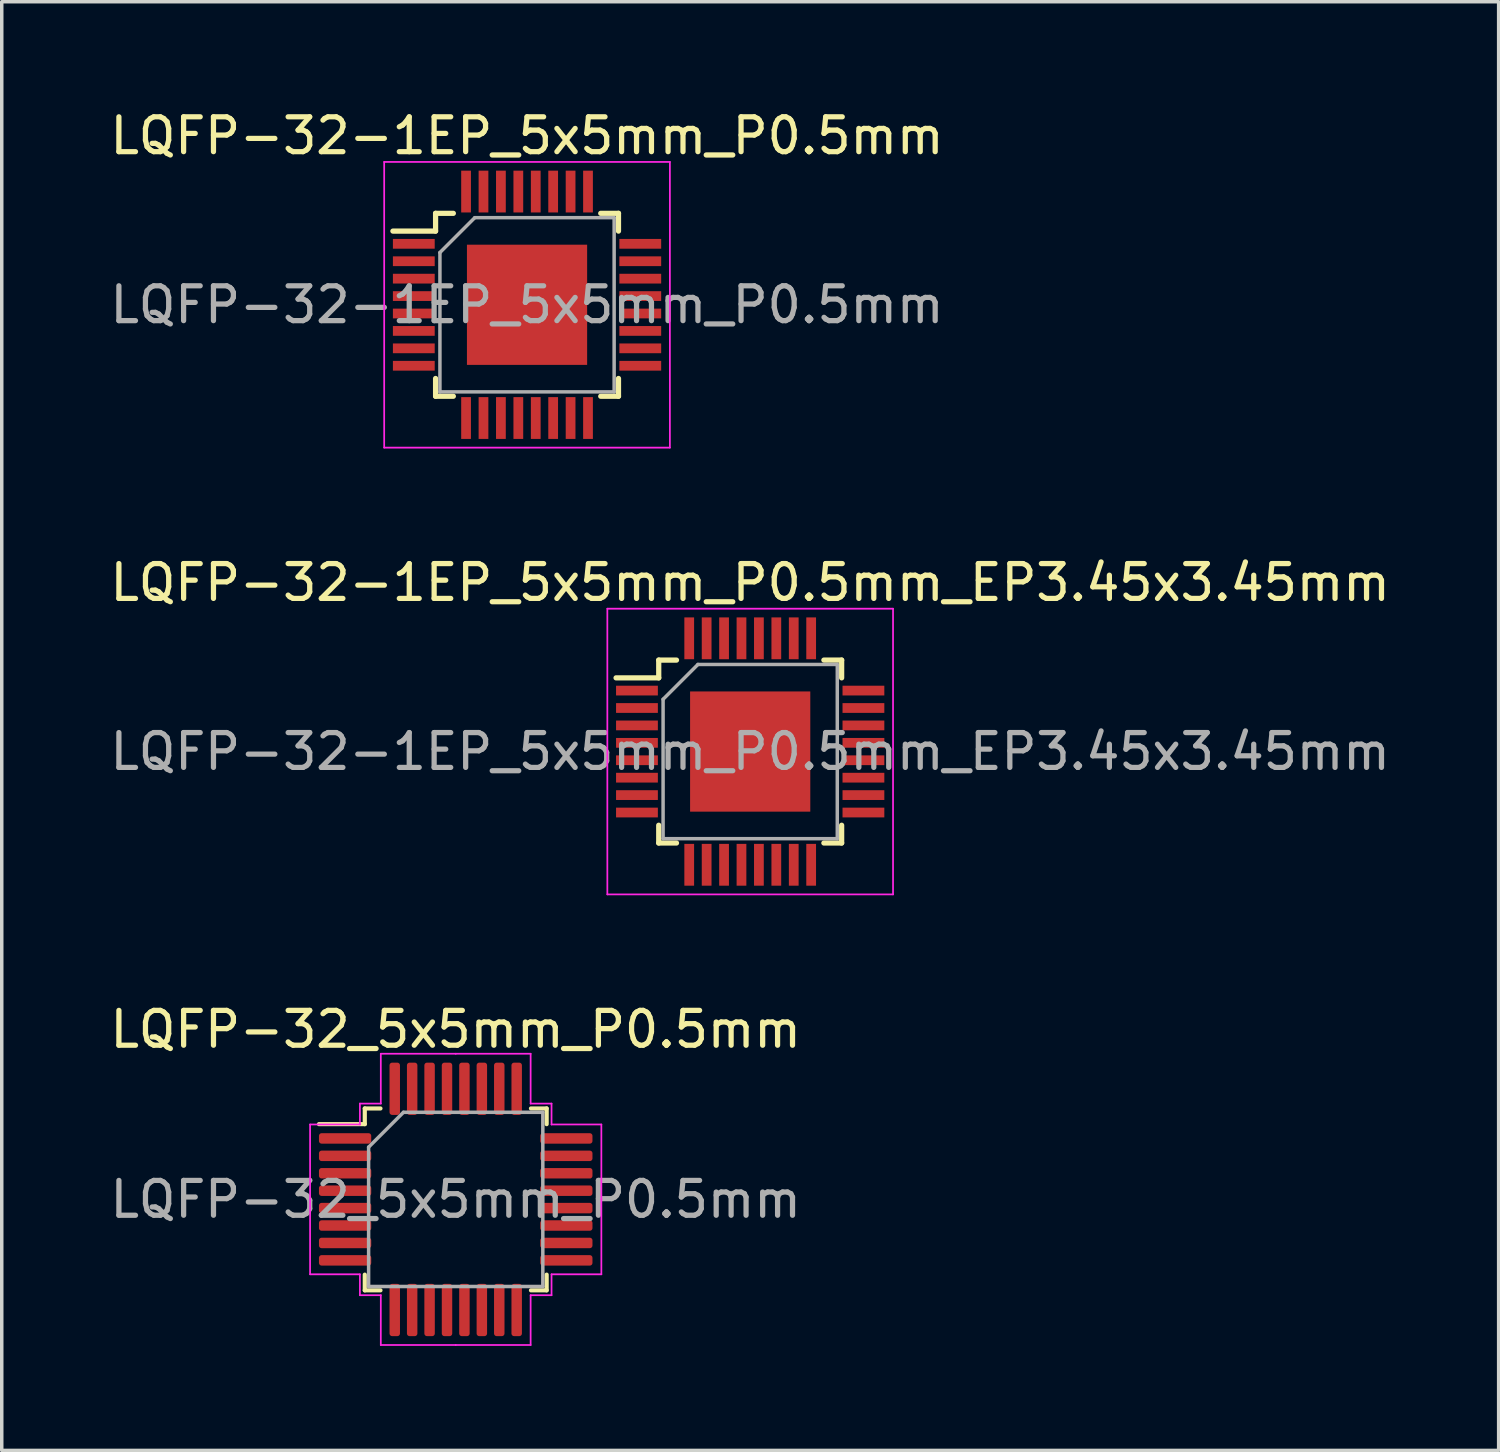
<source format=kicad_pcb>
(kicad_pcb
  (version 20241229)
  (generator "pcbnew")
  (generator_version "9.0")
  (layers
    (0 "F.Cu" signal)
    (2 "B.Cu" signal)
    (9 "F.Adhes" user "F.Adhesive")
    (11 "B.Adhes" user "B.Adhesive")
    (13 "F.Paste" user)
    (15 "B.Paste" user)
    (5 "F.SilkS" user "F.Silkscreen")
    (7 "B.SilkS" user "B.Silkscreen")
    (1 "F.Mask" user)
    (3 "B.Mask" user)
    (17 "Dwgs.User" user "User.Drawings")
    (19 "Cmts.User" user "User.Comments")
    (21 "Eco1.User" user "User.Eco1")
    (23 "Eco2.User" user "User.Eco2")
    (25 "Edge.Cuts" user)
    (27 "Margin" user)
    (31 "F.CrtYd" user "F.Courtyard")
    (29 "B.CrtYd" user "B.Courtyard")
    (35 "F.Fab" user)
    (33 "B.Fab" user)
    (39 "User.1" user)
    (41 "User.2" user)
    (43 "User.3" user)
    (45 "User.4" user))
  (footprint "LQFP-32-1EP_5x5mm_P0.5mm_EP3.45x3.45mm"
    (layer "F.Cu")
    (at 18.482 18.521)
    (property "Reference" "LQFP-32-1EP_5x5mm_P0.5mm_EP3.45x3.45mm" (at 0 -4.85 0) (layer "F.SilkS") (effects (font (size 1 1) (thickness 0.15))))
    (attr smd)
    (fp_line (start -2.625 -2.625) (end -2.625 -2.115) (stroke (width 0.15) (type solid)) (layer "F.SilkS"))
    (fp_line (start -2.625 -2.625) (end -2.115 -2.625) (stroke (width 0.15) (type solid)) (layer "F.SilkS"))
    (fp_line (start -2.625 -2.115) (end -3.85 -2.115) (stroke (width 0.15) (type solid)) (layer "F.SilkS"))
    (fp_line (start -2.625 2.625) (end -2.625 2.115) (stroke (width 0.15) (type solid)) (layer "F.SilkS"))
    (fp_line (start -2.625 2.625) (end -2.115 2.625) (stroke (width 0.15) (type solid)) (layer "F.SilkS"))
    (fp_line (start 2.625 -2.625) (end 2.115 -2.625) (stroke (width 0.15) (type solid)) (layer "F.SilkS"))
    (fp_line (start 2.625 -2.625) (end 2.625 -2.115) (stroke (width 0.15) (type solid)) (layer "F.SilkS"))
    (fp_line (start 2.625 2.625) (end 2.115 2.625) (stroke (width 0.15) (type solid)) (layer "F.SilkS"))
    (fp_line (start 2.625 2.625) (end 2.625 2.115) (stroke (width 0.15) (type solid)) (layer "F.SilkS"))
    (fp_line (start -4.1 -4.1) (end -4.1 4.1) (stroke (width 0.05) (type solid)) (layer "F.CrtYd"))
    (fp_line (start -4.1 -4.1) (end 4.1 -4.1) (stroke (width 0.05) (type solid)) (layer "F.CrtYd"))
    (fp_line (start -4.1 4.1) (end 4.1 4.1) (stroke (width 0.05) (type solid)) (layer "F.CrtYd"))
    (fp_line (start 4.1 -4.1) (end 4.1 4.1) (stroke (width 0.05) (type solid)) (layer "F.CrtYd"))
    (fp_line (start -2.5 -1.5) (end -1.5 -2.5) (stroke (width 0.1) (type solid)) (layer "F.Fab"))
    (fp_line (start -2.5 2.5) (end -2.5 -1.5) (stroke (width 0.1) (type solid)) (layer "F.Fab"))
    (fp_line (start -1.5 -2.5) (end 2.5 -2.5) (stroke (width 0.1) (type solid)) (layer "F.Fab"))
    (fp_line (start 2.5 -2.5) (end 2.5 2.5) (stroke (width 0.1) (type solid)) (layer "F.Fab"))
    (fp_line (start 2.5 2.5) (end -2.5 2.5) (stroke (width 0.1) (type solid)) (layer "F.Fab"))
    (fp_text user "${REFERENCE}" (at 0 0 0) (layer "F.Fab") (effects (font (size 1 1) (thickness 0.15))))
    (pad "" smd rect (at -0.87 -0.87) (size 1.34 1.34) (layers "F.Paste"))
    (pad "" smd rect (at -0.87 0.87) (size 1.34 1.34) (layers "F.Paste"))
    (pad "" smd rect (at 0.87 -0.87) (size 1.34 1.34) (layers "F.Paste"))
    (pad "" smd rect (at 0.87 0.87) (size 1.34 1.34) (layers "F.Paste"))
    (pad "1" smd rect (at -3.25 -1.75) (size 1.2 0.28) (layers "F.Cu" "F.Mask" "F.Paste"))
    (pad "2" smd rect (at -3.25 -1.25) (size 1.2 0.28) (layers "F.Cu" "F.Mask" "F.Paste"))
    (pad "3" smd rect (at -3.25 -0.75) (size 1.2 0.28) (layers "F.Cu" "F.Mask" "F.Paste"))
    (pad "4" smd rect (at -3.25 -0.25) (size 1.2 0.28) (layers "F.Cu" "F.Mask" "F.Paste"))
    (pad "5" smd rect (at -3.25 0.25) (size 1.2 0.28) (layers "F.Cu" "F.Mask" "F.Paste"))
    (pad "6" smd rect (at -3.25 0.75) (size 1.2 0.28) (layers "F.Cu" "F.Mask" "F.Paste"))
    (pad "7" smd rect (at -3.25 1.25) (size 1.2 0.28) (layers "F.Cu" "F.Mask" "F.Paste"))
    (pad "8" smd rect (at -3.25 1.75) (size 1.2 0.28) (layers "F.Cu" "F.Mask" "F.Paste"))
    (pad "9" smd rect (at -1.75 3.25 90) (size 1.2 0.28) (layers "F.Cu" "F.Mask" "F.Paste"))
    (pad "10" smd rect (at -1.25 3.25 90) (size 1.2 0.28) (layers "F.Cu" "F.Mask" "F.Paste"))
    (pad "11" smd rect (at -0.75 3.25 90) (size 1.2 0.28) (layers "F.Cu" "F.Mask" "F.Paste"))
    (pad "12" smd rect (at -0.25 3.25 90) (size 1.2 0.28) (layers "F.Cu" "F.Mask" "F.Paste"))
    (pad "13" smd rect (at 0.25 3.25 90) (size 1.2 0.28) (layers "F.Cu" "F.Mask" "F.Paste"))
    (pad "14" smd rect (at 0.75 3.25 90) (size 1.2 0.28) (layers "F.Cu" "F.Mask" "F.Paste"))
    (pad "15" smd rect (at 1.25 3.25 90) (size 1.2 0.28) (layers "F.Cu" "F.Mask" "F.Paste"))
    (pad "16" smd rect (at 1.75 3.25 90) (size 1.2 0.28) (layers "F.Cu" "F.Mask" "F.Paste"))
    (pad "17" smd rect (at 3.25 1.75) (size 1.2 0.28) (layers "F.Cu" "F.Mask" "F.Paste"))
    (pad "18" smd rect (at 3.25 1.25) (size 1.2 0.28) (layers "F.Cu" "F.Mask" "F.Paste"))
    (pad "19" smd rect (at 3.25 0.75) (size 1.2 0.28) (layers "F.Cu" "F.Mask" "F.Paste"))
    (pad "20" smd rect (at 3.25 0.25) (size 1.2 0.28) (layers "F.Cu" "F.Mask" "F.Paste"))
    (pad "21" smd rect (at 3.25 -0.25) (size 1.2 0.28) (layers "F.Cu" "F.Mask" "F.Paste"))
    (pad "22" smd rect (at 3.25 -0.75) (size 1.2 0.28) (layers "F.Cu" "F.Mask" "F.Paste"))
    (pad "23" smd rect (at 3.25 -1.25) (size 1.2 0.28) (layers "F.Cu" "F.Mask" "F.Paste"))
    (pad "24" smd rect (at 3.25 -1.75) (size 1.2 0.28) (layers "F.Cu" "F.Mask" "F.Paste"))
    (pad "25" smd rect (at 1.75 -3.25 90) (size 1.2 0.28) (layers "F.Cu" "F.Mask" "F.Paste"))
    (pad "26" smd rect (at 1.25 -3.25 90) (size 1.2 0.28) (layers "F.Cu" "F.Mask" "F.Paste"))
    (pad "27" smd rect (at 0.75 -3.25 90) (size 1.2 0.28) (layers "F.Cu" "F.Mask" "F.Paste"))
    (pad "28" smd rect (at 0.25 -3.25 90) (size 1.2 0.28) (layers "F.Cu" "F.Mask" "F.Paste"))
    (pad "29" smd rect (at -0.25 -3.25 90) (size 1.2 0.28) (layers "F.Cu" "F.Mask" "F.Paste"))
    (pad "30" smd rect (at -0.75 -3.25 90) (size 1.2 0.28) (layers "F.Cu" "F.Mask" "F.Paste"))
    (pad "31" smd rect (at -1.25 -3.25 90) (size 1.2 0.28) (layers "F.Cu" "F.Mask" "F.Paste"))
    (pad "32" smd rect (at -1.75 -3.25 90) (size 1.2 0.28) (layers "F.Cu" "F.Mask" "F.Paste"))
    (pad "33" smd rect (at 0 0) (size 3.45 3.45) (layers "F.Cu" "F.Mask")))
  (footprint "LQFP-32_5x5mm_P0.5mm"
    (layer "F.Cu")
    (at 10.03 31.375)
    (property "Reference" "LQFP-32_5x5mm_P0.5mm" (at 0 -4.88 0) (layer "F.SilkS") (effects (font (size 1 1) (thickness 0.15))))
    (attr smd)
    (fp_line (start -2.61 -2.61) (end -2.61 -2.16) (stroke (width 0.12) (type solid)) (layer "F.SilkS"))
    (fp_line (start -2.61 -2.16) (end -3.925 -2.16) (stroke (width 0.12) (type solid)) (layer "F.SilkS"))
    (fp_line (start -2.61 2.61) (end -2.61 2.16) (stroke (width 0.12) (type solid)) (layer "F.SilkS"))
    (fp_line (start -2.16 -2.61) (end -2.61 -2.61) (stroke (width 0.12) (type solid)) (layer "F.SilkS"))
    (fp_line (start -2.16 2.61) (end -2.61 2.61) (stroke (width 0.12) (type solid)) (layer "F.SilkS"))
    (fp_line (start 2.16 -2.61) (end 2.61 -2.61) (stroke (width 0.12) (type solid)) (layer "F.SilkS"))
    (fp_line (start 2.16 2.61) (end 2.61 2.61) (stroke (width 0.12) (type solid)) (layer "F.SilkS"))
    (fp_line (start 2.61 -2.61) (end 2.61 -2.16) (stroke (width 0.12) (type solid)) (layer "F.SilkS"))
    (fp_line (start 2.61 2.61) (end 2.61 2.16) (stroke (width 0.12) (type solid)) (layer "F.SilkS"))
    (fp_line (start -4.18 -2.15) (end -4.18 0) (stroke (width 0.05) (type solid)) (layer "F.CrtYd"))
    (fp_line (start -4.18 2.15) (end -4.18 0) (stroke (width 0.05) (type solid)) (layer "F.CrtYd"))
    (fp_line (start -2.75 -2.75) (end -2.75 -2.15) (stroke (width 0.05) (type solid)) (layer "F.CrtYd"))
    (fp_line (start -2.75 -2.15) (end -4.18 -2.15) (stroke (width 0.05) (type solid)) (layer "F.CrtYd"))
    (fp_line (start -2.75 2.15) (end -4.18 2.15) (stroke (width 0.05) (type solid)) (layer "F.CrtYd"))
    (fp_line (start -2.75 2.75) (end -2.75 2.15) (stroke (width 0.05) (type solid)) (layer "F.CrtYd"))
    (fp_line (start -2.15 -4.18) (end -2.15 -2.75) (stroke (width 0.05) (type solid)) (layer "F.CrtYd"))
    (fp_line (start -2.15 -2.75) (end -2.75 -2.75) (stroke (width 0.05) (type solid)) (layer "F.CrtYd"))
    (fp_line (start -2.15 2.75) (end -2.75 2.75) (stroke (width 0.05) (type solid)) (layer "F.CrtYd"))
    (fp_line (start -2.15 4.18) (end -2.15 2.75) (stroke (width 0.05) (type solid)) (layer "F.CrtYd"))
    (fp_line (start 0 -4.18) (end -2.15 -4.18) (stroke (width 0.05) (type solid)) (layer "F.CrtYd"))
    (fp_line (start 0 -4.18) (end 2.15 -4.18) (stroke (width 0.05) (type solid)) (layer "F.CrtYd"))
    (fp_line (start 0 4.18) (end -2.15 4.18) (stroke (width 0.05) (type solid)) (layer "F.CrtYd"))
    (fp_line (start 0 4.18) (end 2.15 4.18) (stroke (width 0.05) (type solid)) (layer "F.CrtYd"))
    (fp_line (start 2.15 -4.18) (end 2.15 -2.75) (stroke (width 0.05) (type solid)) (layer "F.CrtYd"))
    (fp_line (start 2.15 -2.75) (end 2.75 -2.75) (stroke (width 0.05) (type solid)) (layer "F.CrtYd"))
    (fp_line (start 2.15 2.75) (end 2.75 2.75) (stroke (width 0.05) (type solid)) (layer "F.CrtYd"))
    (fp_line (start 2.15 4.18) (end 2.15 2.75) (stroke (width 0.05) (type solid)) (layer "F.CrtYd"))
    (fp_line (start 2.75 -2.75) (end 2.75 -2.15) (stroke (width 0.05) (type solid)) (layer "F.CrtYd"))
    (fp_line (start 2.75 -2.15) (end 4.18 -2.15) (stroke (width 0.05) (type solid)) (layer "F.CrtYd"))
    (fp_line (start 2.75 2.15) (end 4.18 2.15) (stroke (width 0.05) (type solid)) (layer "F.CrtYd"))
    (fp_line (start 2.75 2.75) (end 2.75 2.15) (stroke (width 0.05) (type solid)) (layer "F.CrtYd"))
    (fp_line (start 4.18 -2.15) (end 4.18 0) (stroke (width 0.05) (type solid)) (layer "F.CrtYd"))
    (fp_line (start 4.18 2.15) (end 4.18 0) (stroke (width 0.05) (type solid)) (layer "F.CrtYd"))
    (fp_line (start -2.5 -1.5) (end -1.5 -2.5) (stroke (width 0.1) (type solid)) (layer "F.Fab"))
    (fp_line (start -2.5 2.5) (end -2.5 -1.5) (stroke (width 0.1) (type solid)) (layer "F.Fab"))
    (fp_line (start -1.5 -2.5) (end 2.5 -2.5) (stroke (width 0.1) (type solid)) (layer "F.Fab"))
    (fp_line (start 2.5 -2.5) (end 2.5 2.5) (stroke (width 0.1) (type solid)) (layer "F.Fab"))
    (fp_line (start 2.5 2.5) (end -2.5 2.5) (stroke (width 0.1) (type solid)) (layer "F.Fab"))
    (fp_text user "${REFERENCE}" (at 0 0 0) (layer "F.Fab") (effects (font (size 1 1) (thickness 0.15))))
    (pad "1" smd roundrect (at -3.175 -1.75) (size 1.5 0.3) (layers "F.Cu" "F.Mask" "F.Paste") (roundrect_rratio 0.25))
    (pad "2" smd roundrect (at -3.175 -1.25) (size 1.5 0.3) (layers "F.Cu" "F.Mask" "F.Paste") (roundrect_rratio 0.25))
    (pad "3" smd roundrect (at -3.175 -0.75) (size 1.5 0.3) (layers "F.Cu" "F.Mask" "F.Paste") (roundrect_rratio 0.25))
    (pad "4" smd roundrect (at -3.175 -0.25) (size 1.5 0.3) (layers "F.Cu" "F.Mask" "F.Paste") (roundrect_rratio 0.25))
    (pad "5" smd roundrect (at -3.175 0.25) (size 1.5 0.3) (layers "F.Cu" "F.Mask" "F.Paste") (roundrect_rratio 0.25))
    (pad "6" smd roundrect (at -3.175 0.75) (size 1.5 0.3) (layers "F.Cu" "F.Mask" "F.Paste") (roundrect_rratio 0.25))
    (pad "7" smd roundrect (at -3.175 1.25) (size 1.5 0.3) (layers "F.Cu" "F.Mask" "F.Paste") (roundrect_rratio 0.25))
    (pad "8" smd roundrect (at -3.175 1.75) (size 1.5 0.3) (layers "F.Cu" "F.Mask" "F.Paste") (roundrect_rratio 0.25))
    (pad "9" smd roundrect (at -1.75 3.175) (size 0.3 1.5) (layers "F.Cu" "F.Mask" "F.Paste") (roundrect_rratio 0.25))
    (pad "10" smd roundrect (at -1.25 3.175) (size 0.3 1.5) (layers "F.Cu" "F.Mask" "F.Paste") (roundrect_rratio 0.25))
    (pad "11" smd roundrect (at -0.75 3.175) (size 0.3 1.5) (layers "F.Cu" "F.Mask" "F.Paste") (roundrect_rratio 0.25))
    (pad "12" smd roundrect (at -0.25 3.175) (size 0.3 1.5) (layers "F.Cu" "F.Mask" "F.Paste") (roundrect_rratio 0.25))
    (pad "13" smd roundrect (at 0.25 3.175) (size 0.3 1.5) (layers "F.Cu" "F.Mask" "F.Paste") (roundrect_rratio 0.25))
    (pad "14" smd roundrect (at 0.75 3.175) (size 0.3 1.5) (layers "F.Cu" "F.Mask" "F.Paste") (roundrect_rratio 0.25))
    (pad "15" smd roundrect (at 1.25 3.175) (size 0.3 1.5) (layers "F.Cu" "F.Mask" "F.Paste") (roundrect_rratio 0.25))
    (pad "16" smd roundrect (at 1.75 3.175) (size 0.3 1.5) (layers "F.Cu" "F.Mask" "F.Paste") (roundrect_rratio 0.25))
    (pad "17" smd roundrect (at 3.175 1.75) (size 1.5 0.3) (layers "F.Cu" "F.Mask" "F.Paste") (roundrect_rratio 0.25))
    (pad "18" smd roundrect (at 3.175 1.25) (size 1.5 0.3) (layers "F.Cu" "F.Mask" "F.Paste") (roundrect_rratio 0.25))
    (pad "19" smd roundrect (at 3.175 0.75) (size 1.5 0.3) (layers "F.Cu" "F.Mask" "F.Paste") (roundrect_rratio 0.25))
    (pad "20" smd roundrect (at 3.175 0.25) (size 1.5 0.3) (layers "F.Cu" "F.Mask" "F.Paste") (roundrect_rratio 0.25))
    (pad "21" smd roundrect (at 3.175 -0.25) (size 1.5 0.3) (layers "F.Cu" "F.Mask" "F.Paste") (roundrect_rratio 0.25))
    (pad "22" smd roundrect (at 3.175 -0.75) (size 1.5 0.3) (layers "F.Cu" "F.Mask" "F.Paste") (roundrect_rratio 0.25))
    (pad "23" smd roundrect (at 3.175 -1.25) (size 1.5 0.3) (layers "F.Cu" "F.Mask" "F.Paste") (roundrect_rratio 0.25))
    (pad "24" smd roundrect (at 3.175 -1.75) (size 1.5 0.3) (layers "F.Cu" "F.Mask" "F.Paste") (roundrect_rratio 0.25))
    (pad "25" smd roundrect (at 1.75 -3.175) (size 0.3 1.5) (layers "F.Cu" "F.Mask" "F.Paste") (roundrect_rratio 0.25))
    (pad "26" smd roundrect (at 1.25 -3.175) (size 0.3 1.5) (layers "F.Cu" "F.Mask" "F.Paste") (roundrect_rratio 0.25))
    (pad "27" smd roundrect (at 0.75 -3.175) (size 0.3 1.5) (layers "F.Cu" "F.Mask" "F.Paste") (roundrect_rratio 0.25))
    (pad "28" smd roundrect (at 0.25 -3.175) (size 0.3 1.5) (layers "F.Cu" "F.Mask" "F.Paste") (roundrect_rratio 0.25))
    (pad "29" smd roundrect (at -0.25 -3.175) (size 0.3 1.5) (layers "F.Cu" "F.Mask" "F.Paste") (roundrect_rratio 0.25))
    (pad "30" smd roundrect (at -0.75 -3.175) (size 0.3 1.5) (layers "F.Cu" "F.Mask" "F.Paste") (roundrect_rratio 0.25))
    (pad "31" smd roundrect (at -1.25 -3.175) (size 0.3 1.5) (layers "F.Cu" "F.Mask" "F.Paste") (roundrect_rratio 0.25))
    (pad "32" smd roundrect (at -1.75 -3.175) (size 0.3 1.5) (layers "F.Cu" "F.Mask" "F.Paste") (roundrect_rratio 0.25)))
  (footprint "LQFP-32-1EP_5x5mm_P0.5mm"
    (layer "F.Cu")
    (at 12.077 5.698)
    (property "Reference" "LQFP-32-1EP_5x5mm_P0.5mm" (at 0 -4.85 0) (layer "F.SilkS") (effects (font (size 1 1) (thickness 0.15))))
    (attr smd)
    (fp_line (start -2.625 -2.625) (end -2.625 -2.115) (stroke (width 0.15) (type solid)) (layer "F.SilkS"))
    (fp_line (start -2.625 -2.625) (end -2.115 -2.625) (stroke (width 0.15) (type solid)) (layer "F.SilkS"))
    (fp_line (start -2.625 -2.115) (end -3.85 -2.115) (stroke (width 0.15) (type solid)) (layer "F.SilkS"))
    (fp_line (start -2.625 2.625) (end -2.625 2.115) (stroke (width 0.15) (type solid)) (layer "F.SilkS"))
    (fp_line (start -2.625 2.625) (end -2.115 2.625) (stroke (width 0.15) (type solid)) (layer "F.SilkS"))
    (fp_line (start 2.625 -2.625) (end 2.115 -2.625) (stroke (width 0.15) (type solid)) (layer "F.SilkS"))
    (fp_line (start 2.625 -2.625) (end 2.625 -2.115) (stroke (width 0.15) (type solid)) (layer "F.SilkS"))
    (fp_line (start 2.625 2.625) (end 2.115 2.625) (stroke (width 0.15) (type solid)) (layer "F.SilkS"))
    (fp_line (start 2.625 2.625) (end 2.625 2.115) (stroke (width 0.15) (type solid)) (layer "F.SilkS"))
    (fp_line (start -4.1 -4.1) (end -4.1 4.1) (stroke (width 0.05) (type solid)) (layer "F.CrtYd"))
    (fp_line (start -4.1 -4.1) (end 4.1 -4.1) (stroke (width 0.05) (type solid)) (layer "F.CrtYd"))
    (fp_line (start -4.1 4.1) (end 4.1 4.1) (stroke (width 0.05) (type solid)) (layer "F.CrtYd"))
    (fp_line (start 4.1 -4.1) (end 4.1 4.1) (stroke (width 0.05) (type solid)) (layer "F.CrtYd"))
    (fp_line (start -2.5 -1.5) (end -1.5 -2.5) (stroke (width 0.1) (type solid)) (layer "F.Fab"))
    (fp_line (start -2.5 2.5) (end -2.5 -1.5) (stroke (width 0.1) (type solid)) (layer "F.Fab"))
    (fp_line (start -1.5 -2.5) (end 2.5 -2.5) (stroke (width 0.1) (type solid)) (layer "F.Fab"))
    (fp_line (start 2.5 -2.5) (end 2.5 2.5) (stroke (width 0.1) (type solid)) (layer "F.Fab"))
    (fp_line (start 2.5 2.5) (end -2.5 2.5) (stroke (width 0.1) (type solid)) (layer "F.Fab"))
    (fp_text user "${REFERENCE}" (at 0 0 0) (layer "F.Fab") (effects (font (size 1 1) (thickness 0.15))))
    (pad "" smd rect (at -0.87 -0.87) (size 1.34 1.34) (layers "F.Paste"))
    (pad "" smd rect (at -0.87 0.87) (size 1.34 1.34) (layers "F.Paste"))
    (pad "" smd rect (at 0.87 -0.87) (size 1.34 1.34) (layers "F.Paste"))
    (pad "" smd rect (at 0.87 0.87) (size 1.34 1.34) (layers "F.Paste"))
    (pad "1" smd rect (at -3.25 -1.75) (size 1.2 0.28) (layers "F.Cu" "F.Mask" "F.Paste"))
    (pad "2" smd rect (at -3.25 -1.25) (size 1.2 0.28) (layers "F.Cu" "F.Mask" "F.Paste"))
    (pad "3" smd rect (at -3.25 -0.75) (size 1.2 0.28) (layers "F.Cu" "F.Mask" "F.Paste"))
    (pad "4" smd rect (at -3.25 -0.25) (size 1.2 0.28) (layers "F.Cu" "F.Mask" "F.Paste"))
    (pad "5" smd rect (at -3.25 0.25) (size 1.2 0.28) (layers "F.Cu" "F.Mask" "F.Paste"))
    (pad "6" smd rect (at -3.25 0.75) (size 1.2 0.28) (layers "F.Cu" "F.Mask" "F.Paste"))
    (pad "7" smd rect (at -3.25 1.25) (size 1.2 0.28) (layers "F.Cu" "F.Mask" "F.Paste"))
    (pad "8" smd rect (at -3.25 1.75) (size 1.2 0.28) (layers "F.Cu" "F.Mask" "F.Paste"))
    (pad "9" smd rect (at -1.75 3.25 90) (size 1.2 0.28) (layers "F.Cu" "F.Mask" "F.Paste"))
    (pad "10" smd rect (at -1.25 3.25 90) (size 1.2 0.28) (layers "F.Cu" "F.Mask" "F.Paste"))
    (pad "11" smd rect (at -0.75 3.25 90) (size 1.2 0.28) (layers "F.Cu" "F.Mask" "F.Paste"))
    (pad "12" smd rect (at -0.25 3.25 90) (size 1.2 0.28) (layers "F.Cu" "F.Mask" "F.Paste"))
    (pad "13" smd rect (at 0.25 3.25 90) (size 1.2 0.28) (layers "F.Cu" "F.Mask" "F.Paste"))
    (pad "14" smd rect (at 0.75 3.25 90) (size 1.2 0.28) (layers "F.Cu" "F.Mask" "F.Paste"))
    (pad "15" smd rect (at 1.25 3.25 90) (size 1.2 0.28) (layers "F.Cu" "F.Mask" "F.Paste"))
    (pad "16" smd rect (at 1.75 3.25 90) (size 1.2 0.28) (layers "F.Cu" "F.Mask" "F.Paste"))
    (pad "17" smd rect (at 3.25 1.75) (size 1.2 0.28) (layers "F.Cu" "F.Mask" "F.Paste"))
    (pad "18" smd rect (at 3.25 1.25) (size 1.2 0.28) (layers "F.Cu" "F.Mask" "F.Paste"))
    (pad "19" smd rect (at 3.25 0.75) (size 1.2 0.28) (layers "F.Cu" "F.Mask" "F.Paste"))
    (pad "20" smd rect (at 3.25 0.25) (size 1.2 0.28) (layers "F.Cu" "F.Mask" "F.Paste"))
    (pad "21" smd rect (at 3.25 -0.25) (size 1.2 0.28) (layers "F.Cu" "F.Mask" "F.Paste"))
    (pad "22" smd rect (at 3.25 -0.75) (size 1.2 0.28) (layers "F.Cu" "F.Mask" "F.Paste"))
    (pad "23" smd rect (at 3.25 -1.25) (size 1.2 0.28) (layers "F.Cu" "F.Mask" "F.Paste"))
    (pad "24" smd rect (at 3.25 -1.75) (size 1.2 0.28) (layers "F.Cu" "F.Mask" "F.Paste"))
    (pad "25" smd rect (at 1.75 -3.25 90) (size 1.2 0.28) (layers "F.Cu" "F.Mask" "F.Paste"))
    (pad "26" smd rect (at 1.25 -3.25 90) (size 1.2 0.28) (layers "F.Cu" "F.Mask" "F.Paste"))
    (pad "27" smd rect (at 0.75 -3.25 90) (size 1.2 0.28) (layers "F.Cu" "F.Mask" "F.Paste"))
    (pad "28" smd rect (at 0.25 -3.25 90) (size 1.2 0.28) (layers "F.Cu" "F.Mask" "F.Paste"))
    (pad "29" smd rect (at -0.25 -3.25 90) (size 1.2 0.28) (layers "F.Cu" "F.Mask" "F.Paste"))
    (pad "30" smd rect (at -0.75 -3.25 90) (size 1.2 0.28) (layers "F.Cu" "F.Mask" "F.Paste"))
    (pad "31" smd rect (at -1.25 -3.25 90) (size 1.2 0.28) (layers "F.Cu" "F.Mask" "F.Paste"))
    (pad "32" smd rect (at -1.75 -3.25 90) (size 1.2 0.28) (layers "F.Cu" "F.Mask" "F.Paste"))
    (pad "33" smd rect (at 0 0) (size 3.45 3.45) (layers "F.Cu" "F.Mask")))
  (gr_rect
    (start -3 -3)
    (end 39.964 38.58)
    (stroke (width 0.1) (type default))
    (fill no)
    (layer "Edge.Cuts")))
</source>
